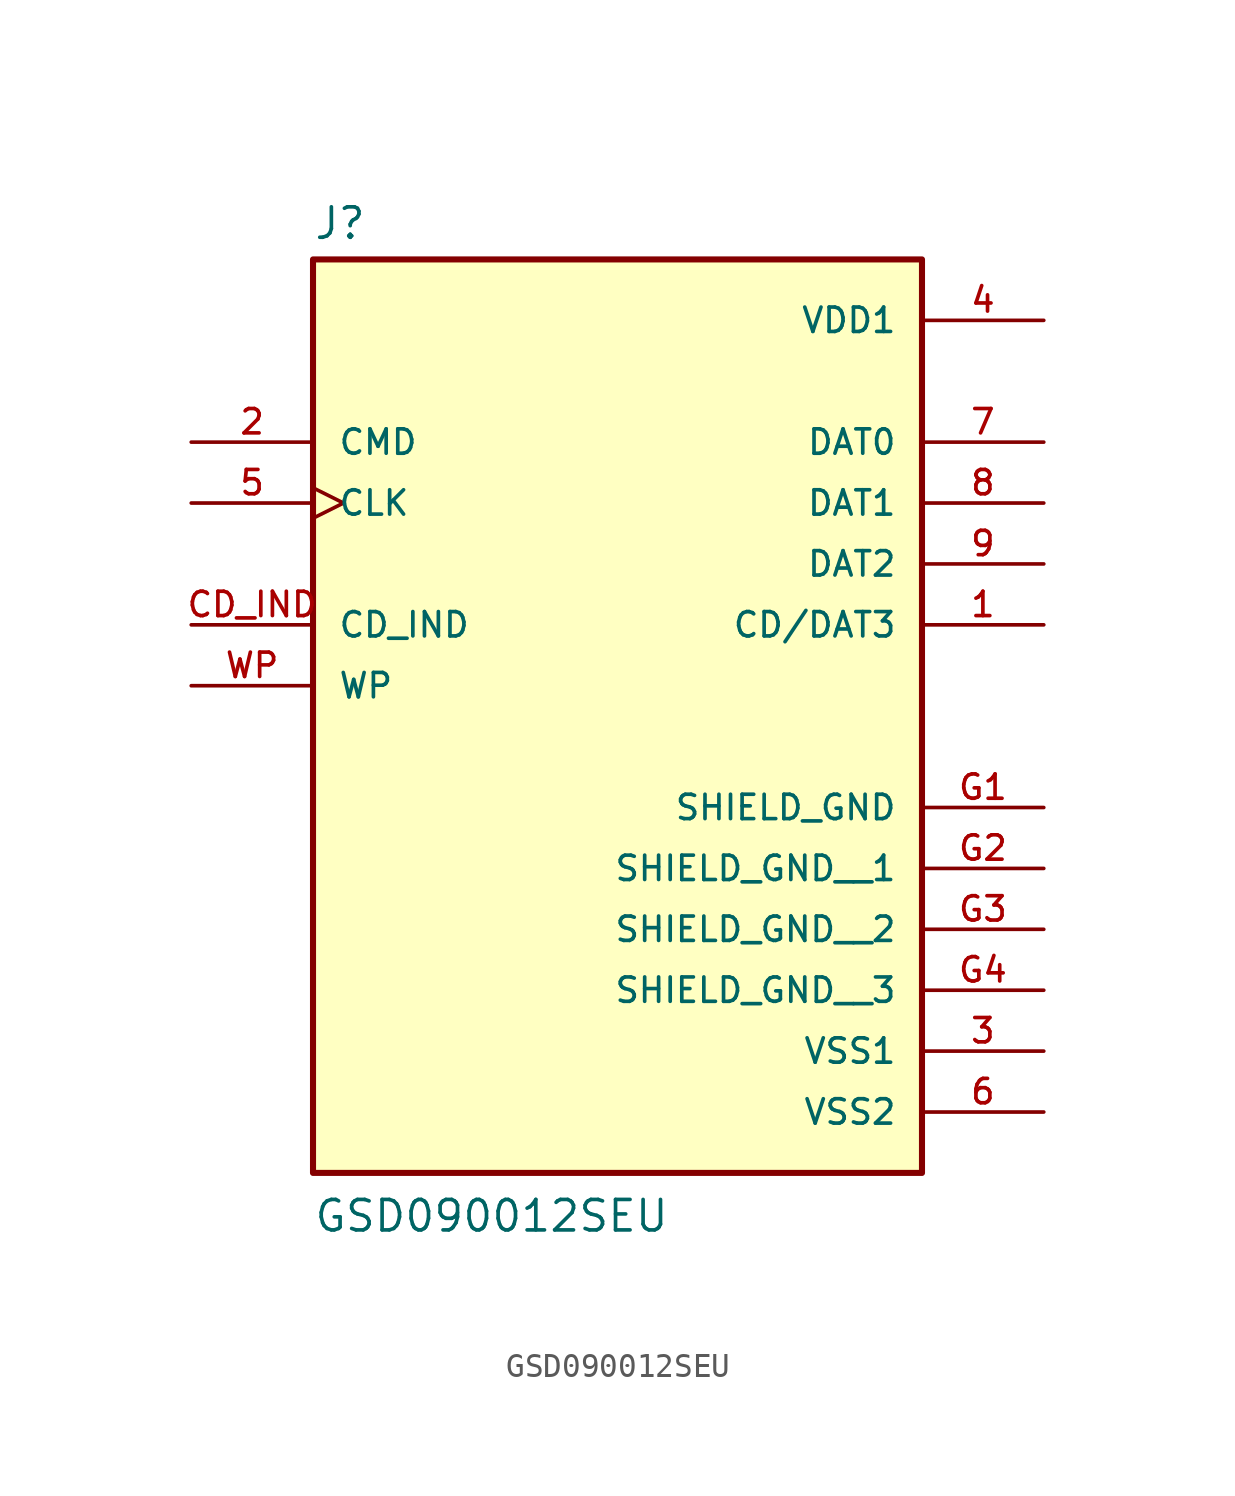
<source format=kicad_sym>
(kicad_symbol_lib
  (version 20211014)
  (generator kicad_symbol_editor)
  (symbol "GSD090012SEU"
    (pin_names
      (offset 1.016))
    (property "Reference" "J"
      (at -12.7 16.002 0)
      (effects (font (size 1.27 1.27)) (justify bottom left)))
    (property "Value" "GSD090012SEU"
      (at -12.7 -25.4 0)
      (effects (font (size 1.27 1.27)) (justify bottom left)))
    (symbol "GSD090012SEU_0_0"
      (rectangle (start -12.7 -22.86) (end 12.7 15.24) (stroke (width 0.254)) (fill (type background)))
      (pin bidirectional line (at 17.78 0.0 180.0) (length 5.08) (name "CD/DAT3" (effects (font (size 1.016 1.016)))) (number "1" (effects (font (size 1.016 1.016)))))
      (pin bidirectional line (at -17.78 7.62 0) (length 5.08) (name "CMD" (effects (font (size 1.016 1.016)))) (number "2" (effects (font (size 1.016 1.016)))))
      (pin power_in line (at 17.78 -17.78 180.0) (length 5.08) (name "VSS1" (effects (font (size 1.016 1.016)))) (number "3" (effects (font (size 1.016 1.016)))))
      (pin power_in line (at 17.78 12.7 180.0) (length 5.08) (name "VDD1" (effects (font (size 1.016 1.016)))) (number "4" (effects (font (size 1.016 1.016)))))
      (pin bidirectional clock (at -17.78 5.08 0) (length 5.08) (name "CLK" (effects (font (size 1.016 1.016)))) (number "5" (effects (font (size 1.016 1.016)))))
      (pin bidirectional line (at 17.78 7.62 180.0) (length 5.08) (name "DAT0" (effects (font (size 1.016 1.016)))) (number "7" (effects (font (size 1.016 1.016)))))
      (pin bidirectional line (at 17.78 5.08 180.0) (length 5.08) (name "DAT1" (effects (font (size 1.016 1.016)))) (number "8" (effects (font (size 1.016 1.016)))))
      (pin bidirectional line (at 17.78 2.54 180.0) (length 5.08) (name "DAT2" (effects (font (size 1.016 1.016)))) (number "9" (effects (font (size 1.016 1.016)))))
      (pin passive line (at -17.78 0.0 0) (length 5.08) (name "CD_IND" (effects (font (size 1.016 1.016)))) (number "CD_IND" (effects (font (size 1.016 1.016)))))
      (pin passive line (at -17.78 -2.54 0) (length 5.08) (name "WP" (effects (font (size 1.016 1.016)))) (number "WP" (effects (font (size 1.016 1.016)))))
      (pin power_in line (at 17.78 -7.62 180.0) (length 5.08) (name "SHIELD_GND" (effects (font (size 1.016 1.016)))) (number "G1" (effects (font (size 1.016 1.016)))))
      (pin power_in line (at 17.78 -20.32 180.0) (length 5.08) (name "VSS2" (effects (font (size 1.016 1.016)))) (number "6" (effects (font (size 1.016 1.016)))))
      (pin power_in line (at 17.78 -10.16 180.0) (length 5.08) (name "SHIELD_GND__1" (effects (font (size 1.016 1.016)))) (number "G2" (effects (font (size 1.016 1.016)))))
      (pin power_in line (at 17.78 -12.7 180.0) (length 5.08) (name "SHIELD_GND__2" (effects (font (size 1.016 1.016)))) (number "G3" (effects (font (size 1.016 1.016)))))
      (pin power_in line (at 17.78 -15.24 180.0) (length 5.08) (name "SHIELD_GND__3" (effects (font (size 1.016 1.016)))) (number "G4" (effects (font (size 1.016 1.016))))))))
</source>
